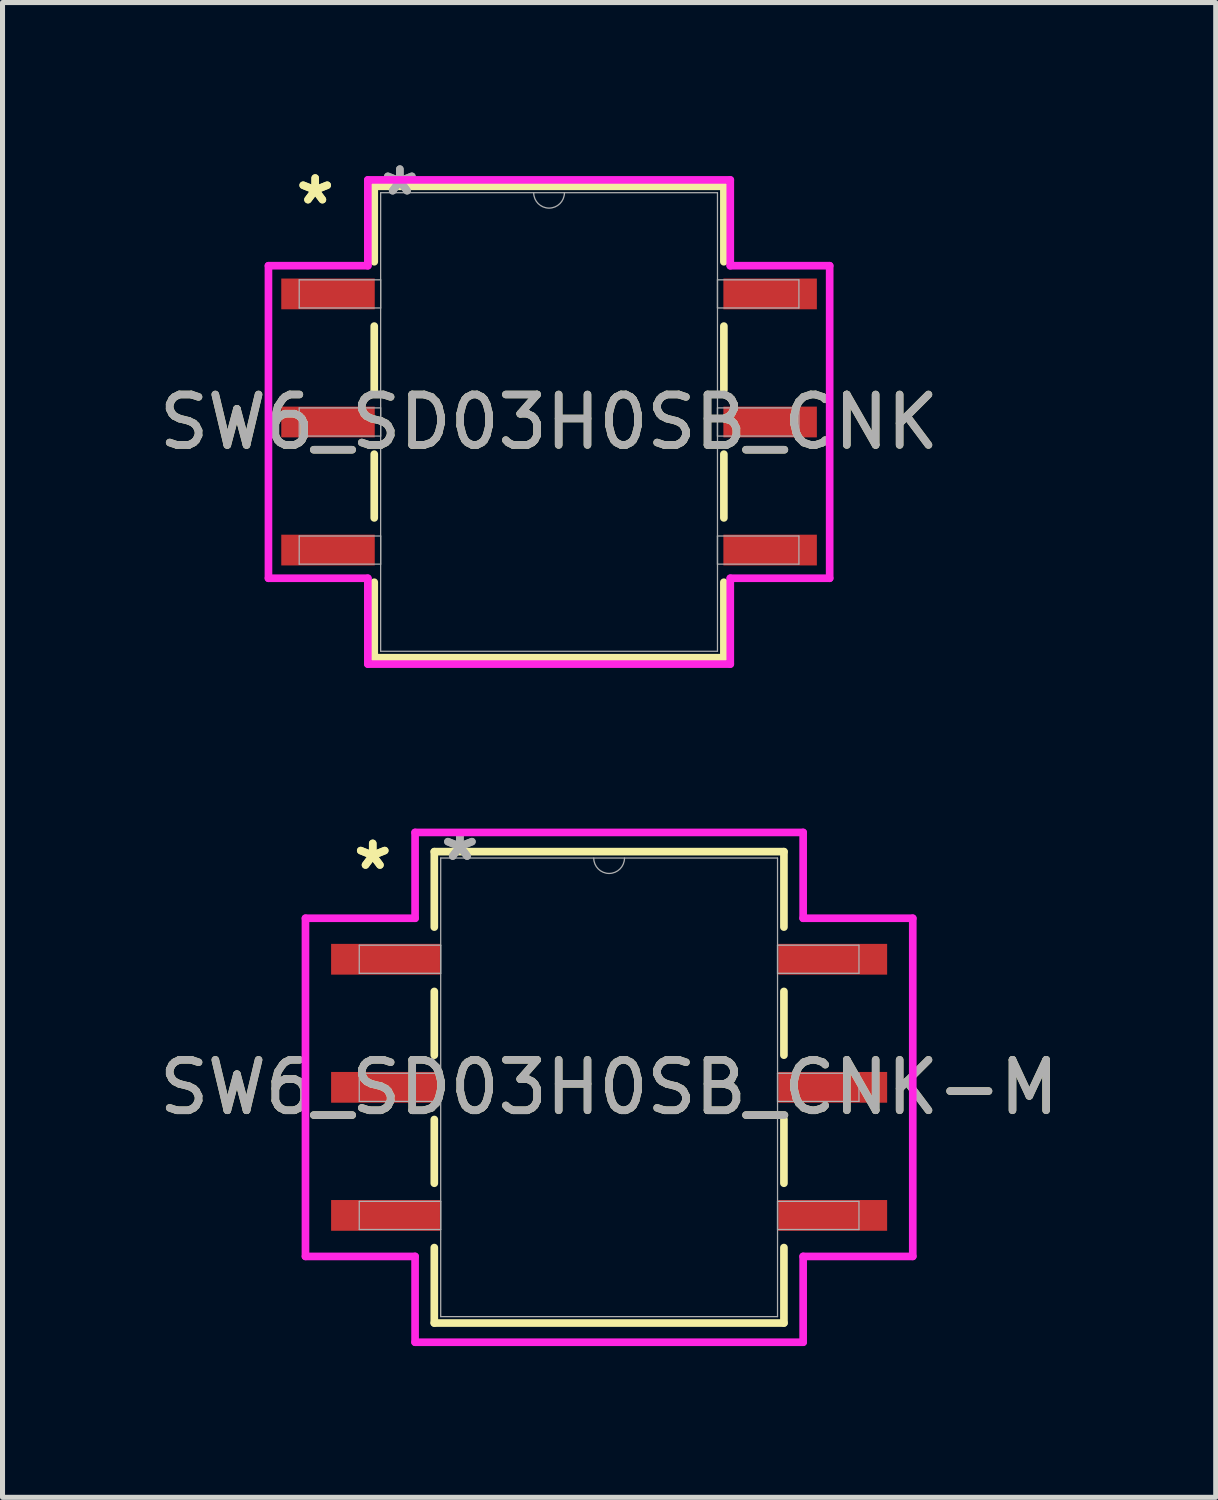
<source format=kicad_pcb>
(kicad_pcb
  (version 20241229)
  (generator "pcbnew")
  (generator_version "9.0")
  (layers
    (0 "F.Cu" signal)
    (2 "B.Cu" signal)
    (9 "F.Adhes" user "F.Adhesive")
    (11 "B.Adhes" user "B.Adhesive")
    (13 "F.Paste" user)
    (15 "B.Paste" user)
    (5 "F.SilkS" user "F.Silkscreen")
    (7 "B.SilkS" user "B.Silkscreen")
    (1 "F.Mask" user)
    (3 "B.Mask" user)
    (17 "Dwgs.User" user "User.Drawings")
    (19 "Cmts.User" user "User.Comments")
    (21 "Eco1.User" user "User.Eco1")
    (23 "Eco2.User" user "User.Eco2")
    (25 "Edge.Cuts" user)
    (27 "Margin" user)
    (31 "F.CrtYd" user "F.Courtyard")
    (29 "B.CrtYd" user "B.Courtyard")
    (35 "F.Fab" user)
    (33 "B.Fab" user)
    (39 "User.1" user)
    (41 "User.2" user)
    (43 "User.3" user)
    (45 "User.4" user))
  (footprint "SW6_SD03H0SB_CNK-M"
    (layer "F.Cu")
    (at 9.03 18.514)
    (property "Reference" "SW6_SD03H0SB_CNK-M" (at 0 0 0) (unlocked yes) (layer "F.SilkS") (effects (font (size 1 1) (thickness 0.15))))
    (attr smd)
    (fp_line (start -3.467 -4.674) (end -3.467 -3.178) (stroke (width 0.152) (type solid)) (layer "F.SilkS"))
    (fp_line (start -3.467 -1.902) (end -3.467 -0.638) (stroke (width 0.152) (type solid)) (layer "F.SilkS"))
    (fp_line (start -3.467 0.638) (end -3.467 1.902) (stroke (width 0.152) (type solid)) (layer "F.SilkS"))
    (fp_line (start -3.467 3.178) (end -3.467 4.674) (stroke (width 0.152) (type solid)) (layer "F.SilkS"))
    (fp_line (start -3.467 4.674) (end 3.467 4.674) (stroke (width 0.152) (type solid)) (layer "F.SilkS"))
    (fp_line (start 3.467 -4.674) (end -3.467 -4.674) (stroke (width 0.152) (type solid)) (layer "F.SilkS"))
    (fp_line (start 3.467 -3.178) (end 3.467 -4.674) (stroke (width 0.152) (type solid)) (layer "F.SilkS"))
    (fp_line (start 3.467 -0.638) (end 3.467 -1.902) (stroke (width 0.152) (type solid)) (layer "F.SilkS"))
    (fp_line (start 3.467 1.902) (end 3.467 0.638) (stroke (width 0.152) (type solid)) (layer "F.SilkS"))
    (fp_line (start 3.467 4.674) (end 3.467 3.178) (stroke (width 0.152) (type solid)) (layer "F.SilkS"))
    (fp_line (start -6.022 -3.353) (end -3.848 -3.353) (stroke (width 0.152) (type solid)) (layer "F.CrtYd"))
    (fp_line (start -6.022 3.353) (end -6.022 -3.353) (stroke (width 0.152) (type solid)) (layer "F.CrtYd"))
    (fp_line (start -6.022 3.353) (end -3.848 3.353) (stroke (width 0.152) (type solid)) (layer "F.CrtYd"))
    (fp_line (start -3.848 -5.055) (end 3.848 -5.055) (stroke (width 0.152) (type solid)) (layer "F.CrtYd"))
    (fp_line (start -3.848 -3.353) (end -3.848 -5.055) (stroke (width 0.152) (type solid)) (layer "F.CrtYd"))
    (fp_line (start -3.848 5.055) (end -3.848 3.353) (stroke (width 0.152) (type solid)) (layer "F.CrtYd"))
    (fp_line (start 3.848 -5.055) (end 3.848 -3.353) (stroke (width 0.152) (type solid)) (layer "F.CrtYd"))
    (fp_line (start 3.848 3.353) (end 3.848 5.055) (stroke (width 0.152) (type solid)) (layer "F.CrtYd"))
    (fp_line (start 3.848 5.055) (end -3.848 5.055) (stroke (width 0.152) (type solid)) (layer "F.CrtYd"))
    (fp_line (start 6.022 -3.353) (end 3.848 -3.353) (stroke (width 0.152) (type solid)) (layer "F.CrtYd"))
    (fp_line (start 6.022 -3.353) (end 6.022 3.353) (stroke (width 0.152) (type solid)) (layer "F.CrtYd"))
    (fp_line (start 6.022 3.353) (end 3.848 3.353) (stroke (width 0.152) (type solid)) (layer "F.CrtYd"))
    (fp_line (start -4.955 -2.819) (end -4.955 -2.261) (stroke (width 0.025) (type solid)) (layer "F.Fab"))
    (fp_line (start -4.955 -2.261) (end -3.34 -2.261) (stroke (width 0.025) (type solid)) (layer "F.Fab"))
    (fp_line (start -4.955 -0.279) (end -4.955 0.279) (stroke (width 0.025) (type solid)) (layer "F.Fab"))
    (fp_line (start -4.955 0.279) (end -3.34 0.279) (stroke (width 0.025) (type solid)) (layer "F.Fab"))
    (fp_line (start -4.955 2.261) (end -4.955 2.819) (stroke (width 0.025) (type solid)) (layer "F.Fab"))
    (fp_line (start -4.955 2.819) (end -3.34 2.819) (stroke (width 0.025) (type solid)) (layer "F.Fab"))
    (fp_line (start -3.34 -4.547) (end -3.34 4.547) (stroke (width 0.025) (type solid)) (layer "F.Fab"))
    (fp_line (start -3.34 -2.819) (end -4.955 -2.819) (stroke (width 0.025) (type solid)) (layer "F.Fab"))
    (fp_line (start -3.34 -2.261) (end -3.34 -2.819) (stroke (width 0.025) (type solid)) (layer "F.Fab"))
    (fp_line (start -3.34 -0.279) (end -4.955 -0.279) (stroke (width 0.025) (type solid)) (layer "F.Fab"))
    (fp_line (start -3.34 0.279) (end -3.34 -0.279) (stroke (width 0.025) (type solid)) (layer "F.Fab"))
    (fp_line (start -3.34 2.261) (end -4.955 2.261) (stroke (width 0.025) (type solid)) (layer "F.Fab"))
    (fp_line (start -3.34 2.819) (end -3.34 2.261) (stroke (width 0.025) (type solid)) (layer "F.Fab"))
    (fp_line (start -3.34 4.547) (end 3.34 4.547) (stroke (width 0.025) (type solid)) (layer "F.Fab"))
    (fp_line (start 3.34 -4.547) (end -3.34 -4.547) (stroke (width 0.025) (type solid)) (layer "F.Fab"))
    (fp_line (start 3.34 -2.819) (end 3.34 -2.261) (stroke (width 0.025) (type solid)) (layer "F.Fab"))
    (fp_line (start 3.34 -2.261) (end 4.955 -2.261) (stroke (width 0.025) (type solid)) (layer "F.Fab"))
    (fp_line (start 3.34 -0.279) (end 3.34 0.279) (stroke (width 0.025) (type solid)) (layer "F.Fab"))
    (fp_line (start 3.34 0.279) (end 4.955 0.279) (stroke (width 0.025) (type solid)) (layer "F.Fab"))
    (fp_line (start 3.34 2.261) (end 3.34 2.819) (stroke (width 0.025) (type solid)) (layer "F.Fab"))
    (fp_line (start 3.34 2.819) (end 4.955 2.819) (stroke (width 0.025) (type solid)) (layer "F.Fab"))
    (fp_line (start 3.34 4.547) (end 3.34 -4.547) (stroke (width 0.025) (type solid)) (layer "F.Fab"))
    (fp_line (start 4.955 -2.819) (end 3.34 -2.819) (stroke (width 0.025) (type solid)) (layer "F.Fab"))
    (fp_line (start 4.955 -2.261) (end 4.955 -2.819) (stroke (width 0.025) (type solid)) (layer "F.Fab"))
    (fp_line (start 4.955 -0.279) (end 3.34 -0.279) (stroke (width 0.025) (type solid)) (layer "F.Fab"))
    (fp_line (start 4.955 0.279) (end 4.955 -0.279) (stroke (width 0.025) (type solid)) (layer "F.Fab"))
    (fp_line (start 4.955 2.261) (end 3.34 2.261) (stroke (width 0.025) (type solid)) (layer "F.Fab"))
    (fp_line (start 4.955 2.819) (end 4.955 2.261) (stroke (width 0.025) (type solid)) (layer "F.Fab"))
    (fp_arc (start 0.3048 -4.5466) (mid 0 -4.2418) (end -0.3048 -4.5466) (stroke (width 0.0254) (type solid)) (layer "F.Fab"))
    (fp_text user "*" (at -4.688 -4.293 0) (unlocked yes) (layer "F.SilkS") (effects (font (size 1 1) (thickness 0.15))))
    (fp_text user "*" (at -4.688 -4.293 0) (layer "F.SilkS") (effects (font (size 1 1) (thickness 0.15))))
    (fp_text user "*" (at -2.959 -4.47 0) (unlocked yes) (layer "F.Fab") (effects (font (size 1 1) (thickness 0.15))))
    (fp_text user "*" (at -2.959 -4.47 0) (layer "F.Fab") (effects (font (size 1 1) (thickness 0.15))))
    (fp_text user "${REFERENCE}" (at 0 0 0) (unlocked yes) (layer "F.Fab") (effects (font (size 1 1) (thickness 0.15))))
    (pad "1" smd rect (at -4.434 -2.54) (size 2.159 0.61) (layers "F.Cu" "F.Mask" "F.Paste"))
    (pad "2" smd rect (at -4.434 0) (size 2.159 0.61) (layers "F.Cu" "F.Mask" "F.Paste"))
    (pad "3" smd rect (at -4.434 2.54) (size 2.159 0.61) (layers "F.Cu" "F.Mask" "F.Paste"))
    (pad "4" smd rect (at 4.434 2.54) (size 2.159 0.61) (layers "F.Cu" "F.Mask" "F.Paste"))
    (pad "5" smd rect (at 4.434 0) (size 2.159 0.61) (layers "F.Cu" "F.Mask" "F.Paste"))
    (pad "6" smd rect (at 4.434 -2.54) (size 2.159 0.61) (layers "F.Cu" "F.Mask" "F.Paste")))
  (footprint "SW6_SD03H0SB_CNK"
    (layer "F.Cu")
    (at 7.839 5.319)
    (property "Reference" "SW6_SD03H0SB_CNK" (at 0 0 0) (unlocked yes) (layer "F.SilkS") (effects (font (size 1 1) (thickness 0.15))))
    (attr smd)
    (fp_line (start -3.467 -4.674) (end -3.467 -3.178) (stroke (width 0.152) (type solid)) (layer "F.SilkS"))
    (fp_line (start -3.467 -1.902) (end -3.467 -0.638) (stroke (width 0.152) (type solid)) (layer "F.SilkS"))
    (fp_line (start -3.467 0.638) (end -3.467 1.902) (stroke (width 0.152) (type solid)) (layer "F.SilkS"))
    (fp_line (start -3.467 3.178) (end -3.467 4.674) (stroke (width 0.152) (type solid)) (layer "F.SilkS"))
    (fp_line (start -3.467 4.674) (end 3.467 4.674) (stroke (width 0.152) (type solid)) (layer "F.SilkS"))
    (fp_line (start 3.467 -4.674) (end -3.467 -4.674) (stroke (width 0.152) (type solid)) (layer "F.SilkS"))
    (fp_line (start 3.467 -3.178) (end 3.467 -4.674) (stroke (width 0.152) (type solid)) (layer "F.SilkS"))
    (fp_line (start 3.467 -0.638) (end 3.467 -1.902) (stroke (width 0.152) (type solid)) (layer "F.SilkS"))
    (fp_line (start 3.467 1.902) (end 3.467 0.638) (stroke (width 0.152) (type solid)) (layer "F.SilkS"))
    (fp_line (start 3.467 4.674) (end 3.467 3.178) (stroke (width 0.152) (type solid)) (layer "F.SilkS"))
    (fp_line (start -5.565 -3.099) (end -3.594 -3.099) (stroke (width 0.152) (type solid)) (layer "F.CrtYd"))
    (fp_line (start -5.565 3.099) (end -5.565 -3.099) (stroke (width 0.152) (type solid)) (layer "F.CrtYd"))
    (fp_line (start -5.565 3.099) (end -3.594 3.099) (stroke (width 0.152) (type solid)) (layer "F.CrtYd"))
    (fp_line (start -3.594 -4.801) (end 3.594 -4.801) (stroke (width 0.152) (type solid)) (layer "F.CrtYd"))
    (fp_line (start -3.594 -3.099) (end -3.594 -4.801) (stroke (width 0.152) (type solid)) (layer "F.CrtYd"))
    (fp_line (start -3.594 4.801) (end -3.594 3.099) (stroke (width 0.152) (type solid)) (layer "F.CrtYd"))
    (fp_line (start 3.594 -4.801) (end 3.594 -3.099) (stroke (width 0.152) (type solid)) (layer "F.CrtYd"))
    (fp_line (start 3.594 3.099) (end 3.594 4.801) (stroke (width 0.152) (type solid)) (layer "F.CrtYd"))
    (fp_line (start 3.594 4.801) (end -3.594 4.801) (stroke (width 0.152) (type solid)) (layer "F.CrtYd"))
    (fp_line (start 5.565 -3.099) (end 3.594 -3.099) (stroke (width 0.152) (type solid)) (layer "F.CrtYd"))
    (fp_line (start 5.565 -3.099) (end 5.565 3.099) (stroke (width 0.152) (type solid)) (layer "F.CrtYd"))
    (fp_line (start 5.565 3.099) (end 3.594 3.099) (stroke (width 0.152) (type solid)) (layer "F.CrtYd"))
    (fp_line (start -4.955 -2.819) (end -4.955 -2.261) (stroke (width 0.025) (type solid)) (layer "F.Fab"))
    (fp_line (start -4.955 -2.261) (end -3.34 -2.261) (stroke (width 0.025) (type solid)) (layer "F.Fab"))
    (fp_line (start -4.955 -0.279) (end -4.955 0.279) (stroke (width 0.025) (type solid)) (layer "F.Fab"))
    (fp_line (start -4.955 0.279) (end -3.34 0.279) (stroke (width 0.025) (type solid)) (layer "F.Fab"))
    (fp_line (start -4.955 2.261) (end -4.955 2.819) (stroke (width 0.025) (type solid)) (layer "F.Fab"))
    (fp_line (start -4.955 2.819) (end -3.34 2.819) (stroke (width 0.025) (type solid)) (layer "F.Fab"))
    (fp_line (start -3.34 -4.547) (end -3.34 4.547) (stroke (width 0.025) (type solid)) (layer "F.Fab"))
    (fp_line (start -3.34 -2.819) (end -4.955 -2.819) (stroke (width 0.025) (type solid)) (layer "F.Fab"))
    (fp_line (start -3.34 -2.261) (end -3.34 -2.819) (stroke (width 0.025) (type solid)) (layer "F.Fab"))
    (fp_line (start -3.34 -0.279) (end -4.955 -0.279) (stroke (width 0.025) (type solid)) (layer "F.Fab"))
    (fp_line (start -3.34 0.279) (end -3.34 -0.279) (stroke (width 0.025) (type solid)) (layer "F.Fab"))
    (fp_line (start -3.34 2.261) (end -4.955 2.261) (stroke (width 0.025) (type solid)) (layer "F.Fab"))
    (fp_line (start -3.34 2.819) (end -3.34 2.261) (stroke (width 0.025) (type solid)) (layer "F.Fab"))
    (fp_line (start -3.34 4.547) (end 3.34 4.547) (stroke (width 0.025) (type solid)) (layer "F.Fab"))
    (fp_line (start 3.34 -4.547) (end -3.34 -4.547) (stroke (width 0.025) (type solid)) (layer "F.Fab"))
    (fp_line (start 3.34 -2.819) (end 3.34 -2.261) (stroke (width 0.025) (type solid)) (layer "F.Fab"))
    (fp_line (start 3.34 -2.261) (end 4.955 -2.261) (stroke (width 0.025) (type solid)) (layer "F.Fab"))
    (fp_line (start 3.34 -0.279) (end 3.34 0.279) (stroke (width 0.025) (type solid)) (layer "F.Fab"))
    (fp_line (start 3.34 0.279) (end 4.955 0.279) (stroke (width 0.025) (type solid)) (layer "F.Fab"))
    (fp_line (start 3.34 2.261) (end 3.34 2.819) (stroke (width 0.025) (type solid)) (layer "F.Fab"))
    (fp_line (start 3.34 2.819) (end 4.955 2.819) (stroke (width 0.025) (type solid)) (layer "F.Fab"))
    (fp_line (start 3.34 4.547) (end 3.34 -4.547) (stroke (width 0.025) (type solid)) (layer "F.Fab"))
    (fp_line (start 4.955 -2.819) (end 3.34 -2.819) (stroke (width 0.025) (type solid)) (layer "F.Fab"))
    (fp_line (start 4.955 -2.261) (end 4.955 -2.819) (stroke (width 0.025) (type solid)) (layer "F.Fab"))
    (fp_line (start 4.955 -0.279) (end 3.34 -0.279) (stroke (width 0.025) (type solid)) (layer "F.Fab"))
    (fp_line (start 4.955 0.279) (end 4.955 -0.279) (stroke (width 0.025) (type solid)) (layer "F.Fab"))
    (fp_line (start 4.955 2.261) (end 3.34 2.261) (stroke (width 0.025) (type solid)) (layer "F.Fab"))
    (fp_line (start 4.955 2.819) (end 4.955 2.261) (stroke (width 0.025) (type solid)) (layer "F.Fab"))
    (fp_arc (start 0.3048 -4.5466) (mid 0 -4.2418) (end -0.3048 -4.5466) (stroke (width 0.0254) (type solid)) (layer "F.Fab"))
    (fp_text user "*" (at -4.638 -4.293 0) (unlocked yes) (layer "F.SilkS") (effects (font (size 1 1) (thickness 0.15))))
    (fp_text user "*" (at -4.638 -4.293 0) (layer "F.SilkS") (effects (font (size 1 1) (thickness 0.15))))
    (fp_text user "*" (at -2.959 -4.47 0) (layer "F.Fab") (effects (font (size 1 1) (thickness 0.15))))
    (fp_text user "${REFERENCE}" (at 0 0 0) (unlocked yes) (layer "F.Fab") (effects (font (size 1 1) (thickness 0.15))))
    (fp_text user "*" (at -2.959 -4.47 0) (unlocked yes) (layer "F.Fab") (effects (font (size 1 1) (thickness 0.15))))
    (pad "1" smd rect (at -4.384 -2.54) (size 1.854 0.61) (layers "F.Cu" "F.Mask" "F.Paste"))
    (pad "2" smd rect (at -4.384 0) (size 1.854 0.61) (layers "F.Cu" "F.Mask" "F.Paste"))
    (pad "3" smd rect (at -4.384 2.54) (size 1.854 0.61) (layers "F.Cu" "F.Mask" "F.Paste"))
    (pad "4" smd rect (at 4.384 2.54) (size 1.854 0.61) (layers "F.Cu" "F.Mask" "F.Paste"))
    (pad "5" smd rect (at 4.384 0) (size 1.854 0.61) (layers "F.Cu" "F.Mask" "F.Paste"))
    (pad "6" smd rect (at 4.384 -2.54) (size 1.854 0.61) (layers "F.Cu" "F.Mask" "F.Paste")))
  (gr_rect
    (start -3 -3)
    (end 21.06 26.645)
    (stroke (width 0.1) (type default))
    (fill no)
    (layer "Edge.Cuts")))
</source>
